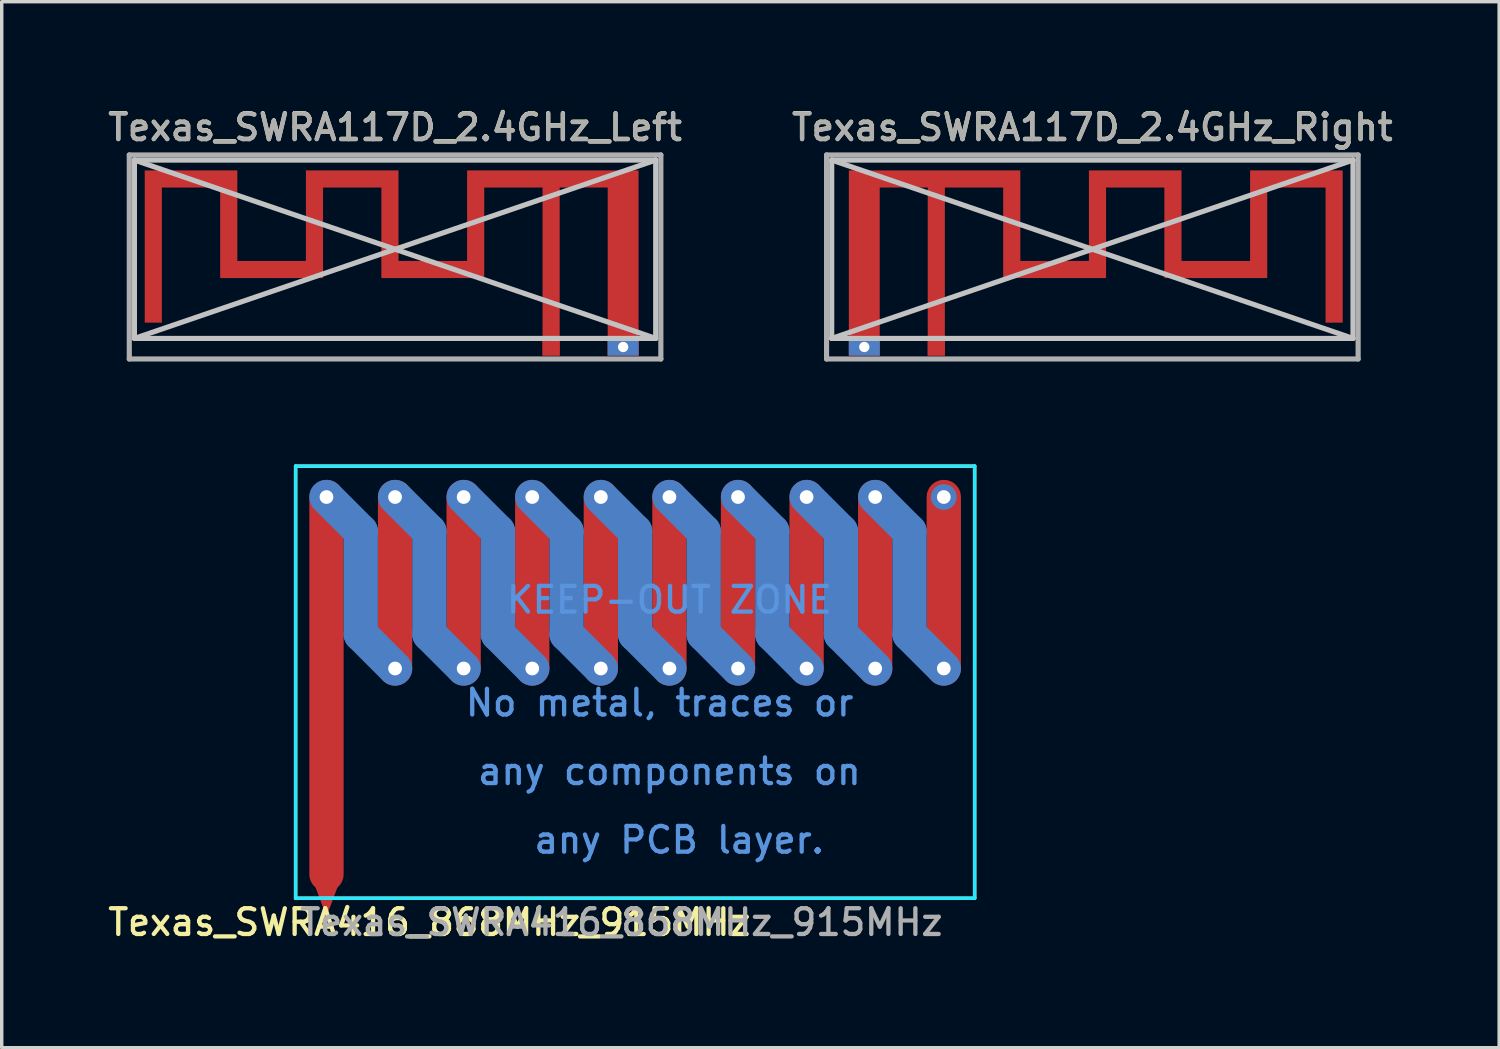
<source format=kicad_pcb>
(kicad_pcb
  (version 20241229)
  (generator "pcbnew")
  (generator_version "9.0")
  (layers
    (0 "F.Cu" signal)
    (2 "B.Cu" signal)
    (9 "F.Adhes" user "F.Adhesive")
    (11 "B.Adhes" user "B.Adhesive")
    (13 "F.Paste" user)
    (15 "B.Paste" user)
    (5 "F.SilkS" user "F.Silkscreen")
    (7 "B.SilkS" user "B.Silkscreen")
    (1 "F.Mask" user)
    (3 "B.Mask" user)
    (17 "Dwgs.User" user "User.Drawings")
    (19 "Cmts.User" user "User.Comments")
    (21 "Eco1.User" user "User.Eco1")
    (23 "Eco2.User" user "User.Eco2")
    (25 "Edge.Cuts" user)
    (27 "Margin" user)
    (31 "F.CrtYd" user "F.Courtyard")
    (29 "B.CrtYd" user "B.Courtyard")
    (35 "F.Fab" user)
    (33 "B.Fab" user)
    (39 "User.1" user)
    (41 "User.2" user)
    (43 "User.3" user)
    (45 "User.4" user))
  (footprint "Texas_SWRA117D_2.4GHz_Left"
    (layer "F.Cu")
    (at 13.02 7.068)
    (property "Reference" "Texas_SWRA117D_2.4GHz_Left" (at -4.55 -6.41 0) (layer "F.SilkS") (effects (font (size 0.75 0.75) (thickness 0.125))))
    (attr exclude_from_pos_files exclude_from_bom)
    (fp_poly (pts (xy -2.45 -2.51) (xy -4.45 -2.51) (xy -4.45 -5.15) (xy -7.15 -5.15) (xy -7.15 -2.51) (xy -9.15 -2.51) (xy -9.15 -5.15) (xy -11.85 -5.15) (xy -11.85 -0.71) (xy -11.35 -0.71) (xy -11.35 -4.65) (xy -9.65 -4.65) (xy -9.65 -2.01) (xy -6.65 -2.01) (xy -6.65 -4.65) (xy -4.95 -4.65) (xy -4.95 -2.01) (xy -1.95 -2.01) (xy -1.95 -4.65) (xy -0.25 -4.65) (xy -0.25 0.25) (xy 0.25 0.25) (xy 0.25 -4.65) (xy 1.65 -4.65) (xy 1.65 0.25) (xy 2.55 0.25) (xy 2.55 0.007) (xy 2.248 0.007) (xy 2.238 0.054) (xy 2.214 0.097) (xy 2.176 0.13) (xy 2.168 0.134) (xy 2.125 0.146) (xy 2.077 0.145) (xy 2.031 0.132) (xy 2.013 0.122) (xy 1.979 0.087) (xy 1.958 0.041) (xy 1.952 -0.008) (xy 1.96 -0.056) (xy 1.977 -0.089) (xy 2.012 -0.121) (xy 2.058 -0.141) (xy 2.107 -0.148) (xy 2.155 -0.14) (xy 2.188 -0.123) (xy 2.223 -0.086) (xy 2.243 -0.042) (xy 2.248 0.007) (xy 2.55 0.007) (xy 2.55 -5.15) (xy -2.45 -5.15) (xy -2.45 -2.51)) (stroke (width 0) (type solid)) (fill yes) (layer "F.Cu"))
    (fp_line (start -12.3 -5.6) (end -12.3 0.35) (stroke (width 0.1) (type solid)) (layer "F.SilkS"))
    (fp_line (start -12.3 0.35) (end 3.2 0.35) (stroke (width 0.1) (type solid)) (layer "F.SilkS"))
    (fp_line (start 3.2 -5.6) (end -12.3 -5.6) (stroke (width 0.1) (type solid)) (layer "F.SilkS"))
    (fp_line (start 3.2 0.35) (end 3.2 -5.6) (stroke (width 0.1) (type solid)) (layer "F.SilkS"))
    (fp_line (start -12.15 -0.25) (end -12.15 -5.45) (stroke (width 0.15) (type solid)) (layer "Dwgs.User"))
    (fp_line (start 3.05 -5.45) (end -12.15 -5.45) (stroke (width 0.15) (type solid)) (layer "Dwgs.User"))
    (fp_line (start 3.05 -5.45) (end -12.15 -0.25) (stroke (width 0.15) (type solid)) (layer "Dwgs.User"))
    (fp_line (start 3.05 -0.25) (end -12.15 -5.45) (stroke (width 0.15) (type solid)) (layer "Dwgs.User"))
    (fp_line (start 3.05 -0.25) (end -12.15 -0.25) (stroke (width 0.15) (type solid)) (layer "Dwgs.User"))
    (fp_line (start 3.05 -0.25) (end 3.05 -5.45) (stroke (width 0.15) (type solid)) (layer "Dwgs.User"))
    (fp_line (start -12.3 -5.6) (end -12.3 0.35) (stroke (width 0.15) (type solid)) (layer "F.Fab"))
    (fp_line (start -12.3 0.35) (end 3.2 0.35) (stroke (width 0.15) (type solid)) (layer "F.Fab"))
    (fp_line (start 3.2 -5.6) (end -12.3 -5.6) (stroke (width 0.15) (type solid)) (layer "F.Fab"))
    (fp_line (start 3.2 0.35) (end 3.2 -5.6) (stroke (width 0.15) (type solid)) (layer "F.Fab"))
    (fp_text user "${REFERENCE}" (at -4.55 -6.4 0) (layer "F.Fab") (effects (font (size 0.75 0.75) (thickness 0.125))))
    (pad "1" connect rect (at 0 0) (size 0.5 0.5) (layers "F.Cu"))
    (pad "2" thru_hole rect (at 2.1 0) (size 0.9 0.5) (drill 0.3) (layers "*.Cu")))
  (footprint "Texas_SWRA117D_2.4GHz_Right"
    (layer "F.Cu")
    (at 24.252 7.068)
    (property "Reference" "Texas_SWRA117D_2.4GHz_Right" (at 4.55 -6.41 0) (layer "F.SilkS") (effects (font (size 0.75 0.75) (thickness 0.125))))
    (attr exclude_from_pos_files exclude_from_bom)
    (fp_poly (pts (xy 2.45 -2.51) (xy 4.45 -2.51) (xy 4.45 -5.15) (xy 7.15 -5.15) (xy 7.15 -2.51) (xy 9.15 -2.51) (xy 9.15 -5.15) (xy 11.85 -5.15) (xy 11.85 -0.71) (xy 11.35 -0.71) (xy 11.35 -4.65) (xy 9.65 -4.65) (xy 9.65 -2.01) (xy 6.65 -2.01) (xy 6.65 -4.65) (xy 4.95 -4.65) (xy 4.95 -2.01) (xy 1.95 -2.01) (xy 1.95 -4.65) (xy 0.25 -4.65) (xy 0.25 0.25) (xy -0.25 0.25) (xy -0.25 -4.65) (xy -1.65 -4.65) (xy -1.65 0.25) (xy -2.55 0.25) (xy -2.55 0.007) (xy -2.248 0.007) (xy -2.238 0.054) (xy -2.214 0.097) (xy -2.176 0.13) (xy -2.168 0.134) (xy -2.125 0.146) (xy -2.077 0.145) (xy -2.031 0.132) (xy -2.013 0.122) (xy -1.979 0.087) (xy -1.958 0.041) (xy -1.952 -0.008) (xy -1.96 -0.056) (xy -1.977 -0.089) (xy -2.012 -0.121) (xy -2.058 -0.141) (xy -2.107 -0.148) (xy -2.155 -0.14) (xy -2.188 -0.123) (xy -2.223 -0.086) (xy -2.243 -0.042) (xy -2.248 0.007) (xy -2.55 0.007) (xy -2.55 -5.15) (xy 2.45 -5.15) (xy 2.45 -2.51)) (stroke (width 0) (type solid)) (fill yes) (layer "F.Cu"))
    (fp_line (start -3.2 -5.6) (end 12.3 -5.6) (stroke (width 0.1) (type solid)) (layer "F.SilkS"))
    (fp_line (start -3.2 0.35) (end -3.2 -5.6) (stroke (width 0.1) (type solid)) (layer "F.SilkS"))
    (fp_line (start 12.3 -5.6) (end 12.3 0.35) (stroke (width 0.1) (type solid)) (layer "F.SilkS"))
    (fp_line (start 12.3 0.35) (end -3.2 0.35) (stroke (width 0.1) (type solid)) (layer "F.SilkS"))
    (fp_line (start -3.05 -5.45) (end 12.15 -5.45) (stroke (width 0.15) (type solid)) (layer "Dwgs.User"))
    (fp_line (start -3.05 -5.45) (end 12.15 -0.25) (stroke (width 0.15) (type solid)) (layer "Dwgs.User"))
    (fp_line (start -3.05 -0.25) (end -3.05 -5.45) (stroke (width 0.15) (type solid)) (layer "Dwgs.User"))
    (fp_line (start -3.05 -0.25) (end 12.15 -5.45) (stroke (width 0.15) (type solid)) (layer "Dwgs.User"))
    (fp_line (start -3.05 -0.25) (end 12.15 -0.25) (stroke (width 0.15) (type solid)) (layer "Dwgs.User"))
    (fp_line (start 12.15 -0.25) (end 12.15 -5.45) (stroke (width 0.15) (type solid)) (layer "Dwgs.User"))
    (fp_line (start -3.2 -5.6) (end 12.3 -5.6) (stroke (width 0.15) (type solid)) (layer "F.Fab"))
    (fp_line (start -3.2 0.35) (end -3.2 -5.6) (stroke (width 0.15) (type solid)) (layer "F.Fab"))
    (fp_line (start 12.3 -5.6) (end 12.3 0.35) (stroke (width 0.15) (type solid)) (layer "F.Fab"))
    (fp_line (start 12.3 0.35) (end -3.2 0.35) (stroke (width 0.15) (type solid)) (layer "F.Fab"))
    (fp_text user "${REFERENCE}" (at 4.55 -6.4 0) (layer "F.Fab") (effects (font (size 0.75 0.75) (thickness 0.125))))
    (pad "1" connect rect (at 0 0) (size 0.5 0.5) (layers "F.Cu"))
    (pad "2" thru_hole rect (at -2.1 0) (size 0.9 0.5) (drill 0.3) (layers "*.Cu")))
  (footprint "Texas_SWRA416_868MHz_915MHz"
    (layer "F.Cu")
    (at 15.47 17.243)
    (property "Reference" "Texas_SWRA416_868MHz_915MHz" (at -6 6.6 0) (layer "F.SilkS") (effects (font (size 0.75 0.75) (thickness 0.125))))
    (attr smd)
    (fp_line (start -9 5.2) (end -9 -5.8) (stroke (width 1) (type solid)) (layer "F.Cu"))
    (fp_line (start -7 -5.8) (end -7 -0.8) (stroke (width 1) (type solid)) (layer "F.Cu"))
    (fp_line (start -5 -5.8) (end -5 -0.8) (stroke (width 1) (type solid)) (layer "F.Cu"))
    (fp_line (start -3 -5.8) (end -3 -0.8) (stroke (width 1) (type solid)) (layer "F.Cu"))
    (fp_line (start -1 -5.8) (end -1 -0.8) (stroke (width 1) (type solid)) (layer "F.Cu"))
    (fp_line (start 1 -5.8) (end 1 -0.8) (stroke (width 1) (type solid)) (layer "F.Cu"))
    (fp_line (start 3 -5.8) (end 3 -0.8) (stroke (width 1) (type solid)) (layer "F.Cu"))
    (fp_line (start 5 -5.8) (end 5 -0.8) (stroke (width 1) (type solid)) (layer "F.Cu"))
    (fp_line (start 7 -5.8) (end 7 -0.8) (stroke (width 1) (type solid)) (layer "F.Cu"))
    (fp_line (start 9 -5.8) (end 9 -0.8) (stroke (width 1) (type solid)) (layer "F.Cu"))
    (fp_line (start -9 -5.8) (end -8 -4.8) (stroke (width 1) (type solid)) (layer "B.Cu"))
    (fp_line (start -8 -4.8) (end -8 -1.8) (stroke (width 1) (type solid)) (layer "B.Cu"))
    (fp_line (start -8 -1.8) (end -7 -0.8) (stroke (width 1) (type solid)) (layer "B.Cu"))
    (fp_line (start -7 -5.8) (end -6 -4.8) (stroke (width 1) (type solid)) (layer "B.Cu"))
    (fp_line (start -6 -4.8) (end -6 -1.8) (stroke (width 1) (type solid)) (layer "B.Cu"))
    (fp_line (start -6 -1.8) (end -5 -0.8) (stroke (width 1) (type solid)) (layer "B.Cu"))
    (fp_line (start -5 -5.8) (end -4 -4.8) (stroke (width 1) (type solid)) (layer "B.Cu"))
    (fp_line (start -4 -4.8) (end -4 -1.8) (stroke (width 1) (type solid)) (layer "B.Cu"))
    (fp_line (start -4 -1.8) (end -3 -0.8) (stroke (width 1) (type solid)) (layer "B.Cu"))
    (fp_line (start -3 -5.8) (end -2 -4.8) (stroke (width 1) (type solid)) (layer "B.Cu"))
    (fp_line (start -2 -4.8) (end -2 -1.8) (stroke (width 1) (type solid)) (layer "B.Cu"))
    (fp_line (start -2 -1.8) (end -1 -0.8) (stroke (width 1) (type solid)) (layer "B.Cu"))
    (fp_line (start -1 -5.8) (end 0 -4.8) (stroke (width 1) (type solid)) (layer "B.Cu"))
    (fp_line (start 0 -4.8) (end 0 -1.8) (stroke (width 1) (type solid)) (layer "B.Cu"))
    (fp_line (start 0 -1.8) (end 1 -0.8) (stroke (width 1) (type solid)) (layer "B.Cu"))
    (fp_line (start 1 -5.8) (end 2 -4.8) (stroke (width 1) (type solid)) (layer "B.Cu"))
    (fp_line (start 2 -4.8) (end 2 -1.8) (stroke (width 1) (type solid)) (layer "B.Cu"))
    (fp_line (start 2 -1.8) (end 3 -0.8) (stroke (width 1) (type solid)) (layer "B.Cu"))
    (fp_line (start 3 -5.8) (end 4 -4.8) (stroke (width 1) (type solid)) (layer "B.Cu"))
    (fp_line (start 4 -4.8) (end 4 -1.8) (stroke (width 1) (type solid)) (layer "B.Cu"))
    (fp_line (start 4 -1.8) (end 5 -0.8) (stroke (width 1) (type solid)) (layer "B.Cu"))
    (fp_line (start 5 -5.8) (end 6 -4.8) (stroke (width 1) (type solid)) (layer "B.Cu"))
    (fp_line (start 6 -4.8) (end 6 -1.8) (stroke (width 1) (type solid)) (layer "B.Cu"))
    (fp_line (start 6 -1.8) (end 7 -0.8) (stroke (width 1) (type solid)) (layer "B.Cu"))
    (fp_line (start 7 -5.8) (end 8 -4.8) (stroke (width 1) (type solid)) (layer "B.Cu"))
    (fp_line (start 8 -4.8) (end 8 -1.8) (stroke (width 1) (type solid)) (layer "B.Cu"))
    (fp_line (start 8 -1.8) (end 9 -0.8) (stroke (width 1) (type solid)) (layer "B.Cu"))
    (fp_line (start -9.9 -6.7) (end -9.9 5.9) (stroke (width 0.1) (type solid)) (layer "F.SilkS"))
    (fp_line (start -9.9 5.9) (end 9.9 5.9) (stroke (width 0.1) (type solid)) (layer "F.SilkS"))
    (fp_line (start 9.9 -6.7) (end -9.9 -6.7) (stroke (width 0.1) (type solid)) (layer "F.SilkS"))
    (fp_line (start 9.9 5.9) (end 9.9 -6.7) (stroke (width 0.1) (type solid)) (layer "F.SilkS"))
    (fp_line (start -9.9 -6.7) (end -9.9 5.9) (stroke (width 0.1) (type solid)) (layer "B.CrtYd"))
    (fp_line (start -9.9 5.9) (end 9.9 5.9) (stroke (width 0.1) (type solid)) (layer "B.CrtYd"))
    (fp_line (start 9.9 -6.7) (end -9.9 -6.7) (stroke (width 0.1) (type solid)) (layer "B.CrtYd"))
    (fp_line (start 9.9 5.9) (end 9.9 -6.7) (stroke (width 0.1) (type solid)) (layer "B.CrtYd"))
    (fp_text user " any PCB layer." (at 1 4.2 0) (layer "Cmts.User") (effects (font (size 0.75 0.75) (thickness 0.125))))
    (fp_text user "any components on" (at 1 2.2 0) (layer "Cmts.User") (effects (font (size 0.75 0.75) (thickness 0.125))))
    (fp_text user "KEEP-OUT ZONE" (at 1 -2.8 0) (layer "Cmts.User") (effects (font (size 0.75 0.75) (thickness 0.125))))
    (fp_text user "No metal, traces or " (at 1 0.2 0) (layer "Cmts.User") (effects (font (size 0.75 0.75) (thickness 0.125))))
    (fp_text user "${REFERENCE}" (at -0.4 6.6 0) (layer "F.Fab") (effects (font (size 0.75 0.75) (thickness 0.125))))
    (pad "" thru_hole circle (at -9 -5.8 180) (size 0.75 0.75) (drill 0.4) (layers "*.Cu"))
    (pad "" thru_hole circle (at -7 -5.8 180) (size 0.75 0.75) (drill 0.4) (layers "*.Cu"))
    (pad "" thru_hole circle (at -7 -0.8 180) (size 0.75 0.75) (drill 0.4) (layers "*.Cu"))
    (pad "" thru_hole circle (at -5 -5.8 180) (size 0.75 0.75) (drill 0.4) (layers "*.Cu"))
    (pad "" thru_hole circle (at -5 -0.8 180) (size 0.75 0.75) (drill 0.4) (layers "*.Cu"))
    (pad "" thru_hole circle (at -3 -5.8 180) (size 0.75 0.75) (drill 0.4) (layers "*.Cu"))
    (pad "" thru_hole circle (at -3 -0.8 180) (size 0.75 0.75) (drill 0.4) (layers "*.Cu"))
    (pad "" thru_hole circle (at -1 -5.8 180) (size 0.75 0.75) (drill 0.4) (layers "*.Cu"))
    (pad "" thru_hole circle (at -1 -0.8 180) (size 0.75 0.75) (drill 0.4) (layers "*.Cu"))
    (pad "" thru_hole circle (at 1 -5.8 180) (size 0.75 0.75) (drill 0.4) (layers "*.Cu"))
    (pad "" thru_hole circle (at 1 -0.8 180) (size 0.75 0.75) (drill 0.4) (layers "*.Cu"))
    (pad "" thru_hole circle (at 3 -5.8 180) (size 0.75 0.75) (drill 0.4) (layers "*.Cu"))
    (pad "" thru_hole circle (at 3 -0.8 180) (size 0.75 0.75) (drill 0.4) (layers "*.Cu"))
    (pad "" thru_hole circle (at 5 -5.8 180) (size 0.75 0.75) (drill 0.4) (layers "*.Cu"))
    (pad "" thru_hole circle (at 5 -0.8 180) (size 0.75 0.75) (drill 0.4) (layers "*.Cu"))
    (pad "" thru_hole circle (at 7 -5.8 180) (size 0.75 0.75) (drill 0.4) (layers "*.Cu"))
    (pad "" thru_hole circle (at 7 -0.8 180) (size 0.75 0.75) (drill 0.4) (layers "*.Cu"))
    (pad "" thru_hole circle (at 9 -5.8 180) (size 0.75 0.75) (drill 0.4) (layers "*.Cu"))
    (pad "" thru_hole circle (at 9 -0.8 180) (size 0.75 0.75) (drill 0.4) (layers "*.Cu"))
    (pad "1" smd trapezoid (at -9 5.9 180) (size 0.4 0.8) (rect_delta 0 0.3) (layers "F.Cu"))
    (zone (net_name "") (layer "F.Cu") (hatch full 0.508) (connect_pads) (min_thickness 0.254) (filled_areas_thickness no) (keepout (tracks allowed) (vias allowed) (pads allowed) (copperpour not_allowed) (footprints not_allowed)) (placement (enabled no)) (fill) (polygon (pts (xy 5.77 22.943) (xy 25.17 22.943) (xy 25.17 10.743) (xy 5.77 10.743)))))
  (gr_rect
    (start -3 -3)
    (end 40.664 27.501)
    (stroke (width 0.1) (type default))
    (fill no)
    (layer "Edge.Cuts")))
</source>
